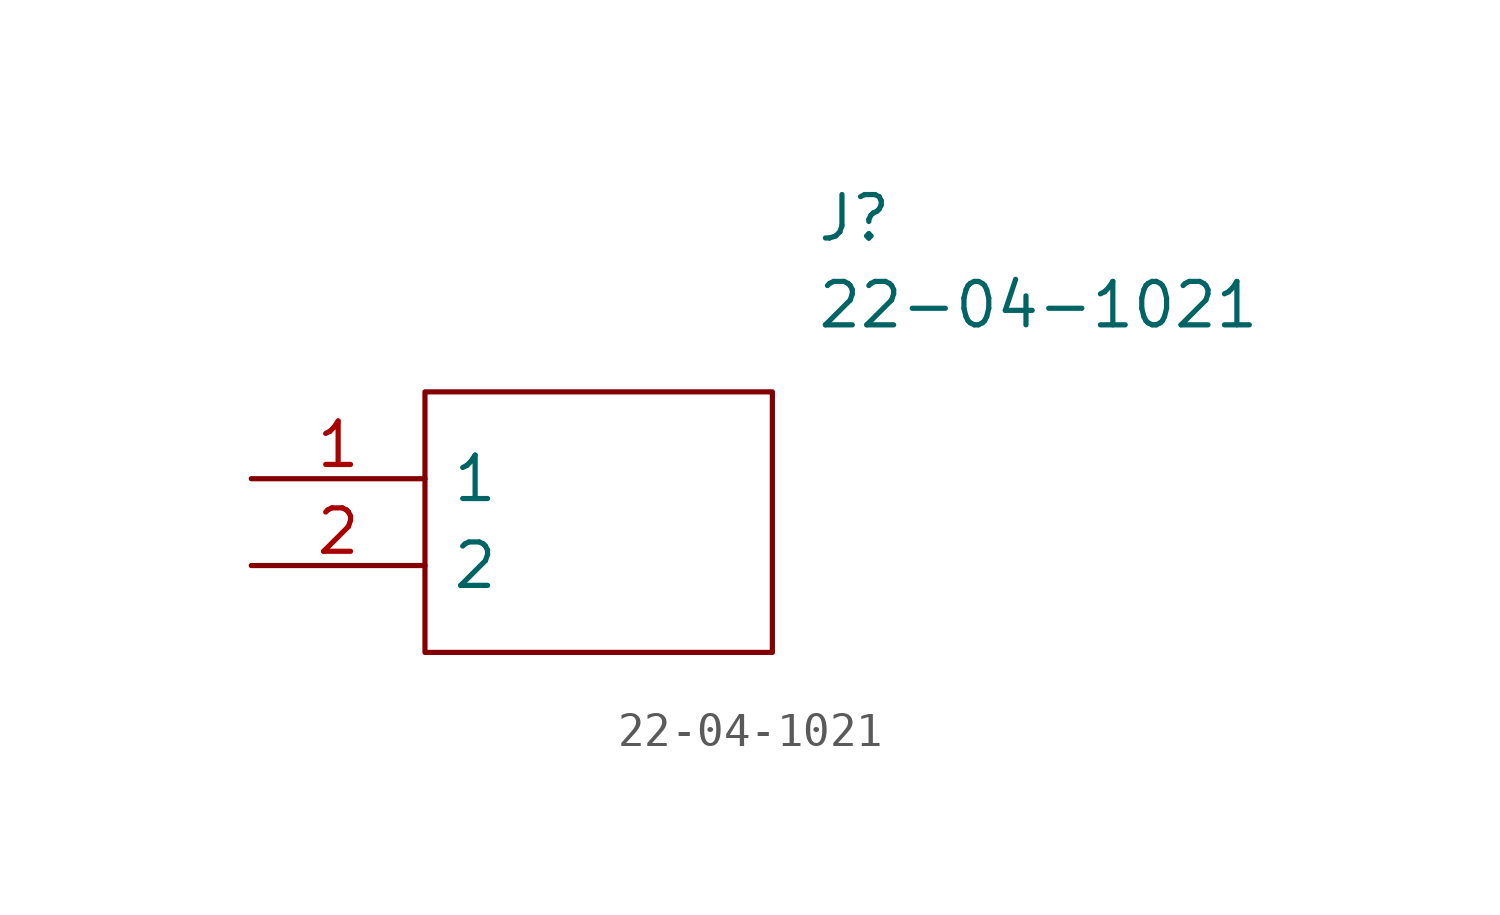
<source format=kicad_sym>
(kicad_symbol_lib
  (version 20211014)
  (generator kicad_symbol_editor)
  (symbol "22-04-1021"
    (pin_names
      (offset 0.762))
    (property "Reference" "J"
      (at 16.51 7.62 0)
      (effects (font (size 1.27 1.27)) (justify left)))
    (property "Value" "22-04-1021"
      (at 16.51 5.08 0)
      (effects (font (size 1.27 1.27)) (justify left)))
    (symbol "22-04-1021_0_0"
      (pin passive line (at 0 0 0) (length 5.08) (name "1" (effects (font (size 1.27 1.27)))) (number "1" (effects (font (size 1.27 1.27)))))
      (pin passive line (at 0 -2.54 0) (length 5.08) (name "2" (effects (font (size 1.27 1.27)))) (number "2" (effects (font (size 1.27 1.27))))))
    (symbol "22-04-1021_0_1"
      (polyline (pts (xy 5.08 2.54) (xy 15.24 2.54) (xy 15.24 -5.08) (xy 5.08 -5.08) (xy 5.08 2.54)) (stroke (width 0.152) (type default) (color 0 0 0 0)) (fill (type none))))))
</source>
